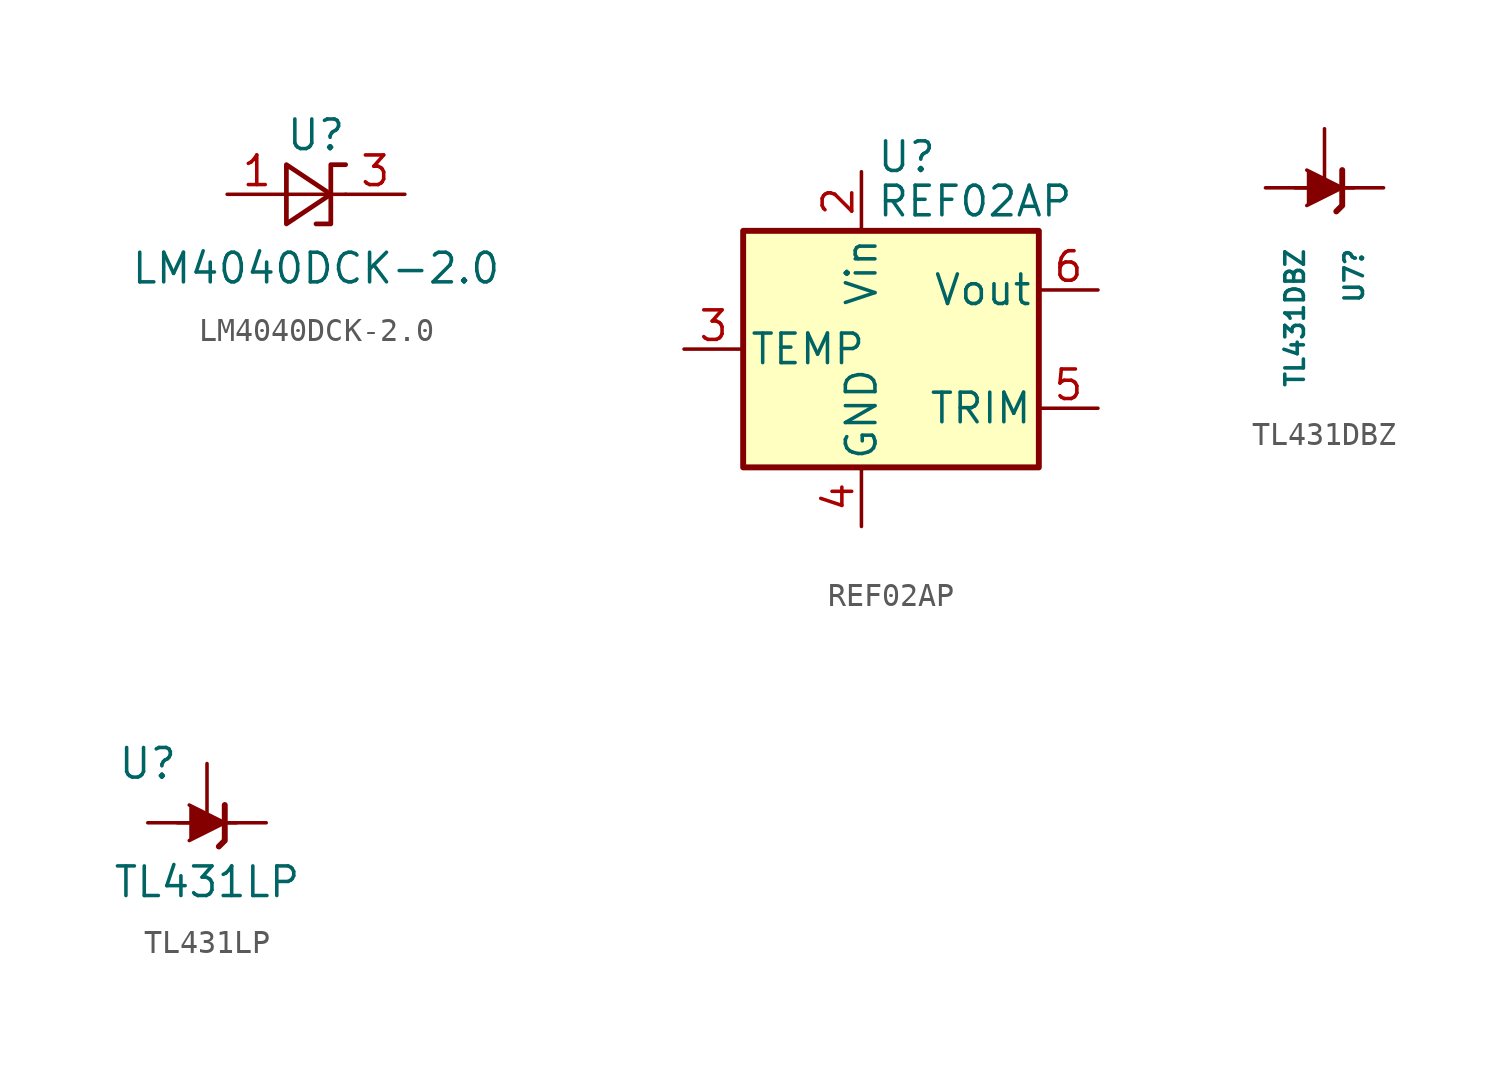
<source format=kicad_sym>
(kicad_symbol_lib
  (version 20231120)
  (generator "kicad_symbol_editor")
  (generator_version "8.0")
  (symbol "LM4040DCK-2.0"
    (pin_names
      (offset 0.025) hide)
    (property "Reference" "U"
      (at 0 2.54 0)
      (effects (font (size 1.27 1.27))))
    (property "Value" "LM4040DCK-2.0"
      (at 0 -3.175 0)
      (effects (font (size 1.27 1.27))))
    (symbol "LM4040DCK-2.0_0_1"
      (polyline (pts (xy -1.27 0) (xy 0 0) (xy 1.27 0)) (stroke (width 0) (type default)) (fill (type none)))
      (polyline (pts (xy -1.27 -1.27) (xy 0.635 0) (xy -1.27 1.27) (xy -1.27 -1.27)) (stroke (width 0.203) (type default)) (fill (type none)))
      (polyline (pts (xy 0 -1.27) (xy 0.635 -1.27) (xy 0.635 1.27) (xy 1.27 1.27)) (stroke (width 0.203) (type default)) (fill (type none))))
    (symbol "LM4040DCK-2.0_1_1"
      (pin passive line (at -3.81 0 0) (length 2.54) (name "A" (effects (font (size 1.27 1.27)))) (number "1" (effects (font (size 1.27 1.27)))))
      (pin passive line (at 3.81 0 180) (length 2.54) (name "K" (effects (font (size 1.27 1.27)))) (number "3" (effects (font (size 1.27 1.27)))))))
  (symbol "REF02AP"
    (pin_names
      (offset 0.254))
    (property "Reference" "U"
      (at 0.635 8.255 0)
      (effects (font (size 1.27 1.27)) (justify left)))
    (property "Value" "REF02AP"
      (at 0.635 6.35 0)
      (effects (font (size 1.27 1.27)) (justify left)))
    (symbol "REF02AP_0_1"
      (rectangle (start -5.08 5.08) (end 7.62 -5.08) (stroke (width 0.254) (type default)) (fill (type background))))
    (symbol "REF02AP_1_1"
      (pin no_connect line (at 2.54 -5.08 90) (length 2.54) hide (name "NC" (effects (font (size 1.27 1.27)))) (number "1" (effects (font (size 1.27 1.27)))))
      (pin power_in line (at 0 7.62 270) (length 2.54) (name "Vin" (effects (font (size 1.27 1.27)))) (number "2" (effects (font (size 1.27 1.27)))))
      (pin passive line (at -7.62 0 0) (length 2.54) (name "TEMP" (effects (font (size 1.27 1.27)))) (number "3" (effects (font (size 1.27 1.27)))))
      (pin power_in line (at 0 -7.62 90) (length 2.54) (name "GND" (effects (font (size 1.27 1.27)))) (number "4" (effects (font (size 1.27 1.27)))))
      (pin passive line (at 10.16 -2.54 180) (length 2.54) (name "TRIM" (effects (font (size 1.27 1.27)))) (number "5" (effects (font (size 1.27 1.27)))))
      (pin power_out line (at 10.16 2.54 180) (length 2.54) (name "Vout" (effects (font (size 1.27 1.27)))) (number "6" (effects (font (size 1.27 1.27)))))
      (pin no_connect line (at -2.54 -5.08 90) (length 2.54) hide (name "NC" (effects (font (size 1.27 1.27)))) (number "7" (effects (font (size 1.27 1.27)))))
      (pin no_connect line (at 7.62 0 180) (length 2.54) hide (name "NC" (effects (font (size 1.27 1.27)))) (number "8" (effects (font (size 1.27 1.27)))))))
  (symbol "TL431DBZ"
    (pin_numbers hide)
    (pin_names hide)
    (property "Reference" "U7"
      (at 1.27 -2.54 90)
      (effects (font (size 0.8 0.8)) (justify right)))
    (property "Value" "TL431DBZ"
      (at -1.27 -2.54 90)
      (effects (font (size 0.8 0.8)) (justify right)))
    (symbol "TL431DBZ_0_1"
      (polyline (pts (xy -1.27 0) (xy 0 0) (xy 1.27 0)) (stroke (width 0) (type default)) (fill (type none)))
      (polyline (pts (xy -0.762 0.762) (xy 0.762 0) (xy -0.762 -0.762)) (stroke (width 0) (type default)) (fill (type outline)))
      (polyline (pts (xy 0.508 -1.016) (xy 0.762 -0.762) (xy 0.762 0.762) (xy 0.762 0.762)) (stroke (width 0.254) (type default)) (fill (type none))))
    (symbol "TL431DBZ_1_1"
      (pin passive line (at 2.54 0 180) (length 2.54) (name "K" (effects (font (size 1.27 1.27)))) (number "1" (effects (font (size 1.27 1.27)))))
      (pin passive line (at 0 2.54 270) (length 2.54) (name "REF" (effects (font (size 1.27 1.27)))) (number "2" (effects (font (size 1.27 1.27)))))
      (pin passive line (at -2.54 0 0) (length 2.54) (name "A" (effects (font (size 1.27 1.27)))) (number "3" (effects (font (size 1.27 1.27)))))))
  (symbol "TL431LP"
    (pin_numbers hide)
    (pin_names hide)
    (property "Reference" "U"
      (at -2.54 2.54 0)
      (effects (font (size 1.27 1.27))))
    (property "Value" "TL431LP"
      (at 0 -2.54 0)
      (effects (font (size 1.27 1.27))))
    (symbol "TL431LP_0_1"
      (polyline (pts (xy -1.27 0) (xy 0 0) (xy 1.27 0)) (stroke (width 0) (type default)) (fill (type none)))
      (polyline (pts (xy -0.762 0.762) (xy 0.762 0) (xy -0.762 -0.762)) (stroke (width 0) (type default)) (fill (type outline)))
      (polyline (pts (xy 0.508 -1.016) (xy 0.762 -0.762) (xy 0.762 0.762) (xy 0.762 0.762)) (stroke (width 0.254) (type default)) (fill (type none))))
    (symbol "TL431LP_1_1"
      (pin passive line (at 0 2.54 270) (length 2.54) (name "REF" (effects (font (size 1.27 1.27)))) (number "1" (effects (font (size 1.27 1.27)))))
      (pin passive line (at -2.54 0 0) (length 2.54) (name "A" (effects (font (size 1.27 1.27)))) (number "2" (effects (font (size 1.27 1.27)))))
      (pin passive line (at 2.54 0 180) (length 2.54) (name "K" (effects (font (size 1.27 1.27)))) (number "3" (effects (font (size 1.27 1.27))))))))
</source>
